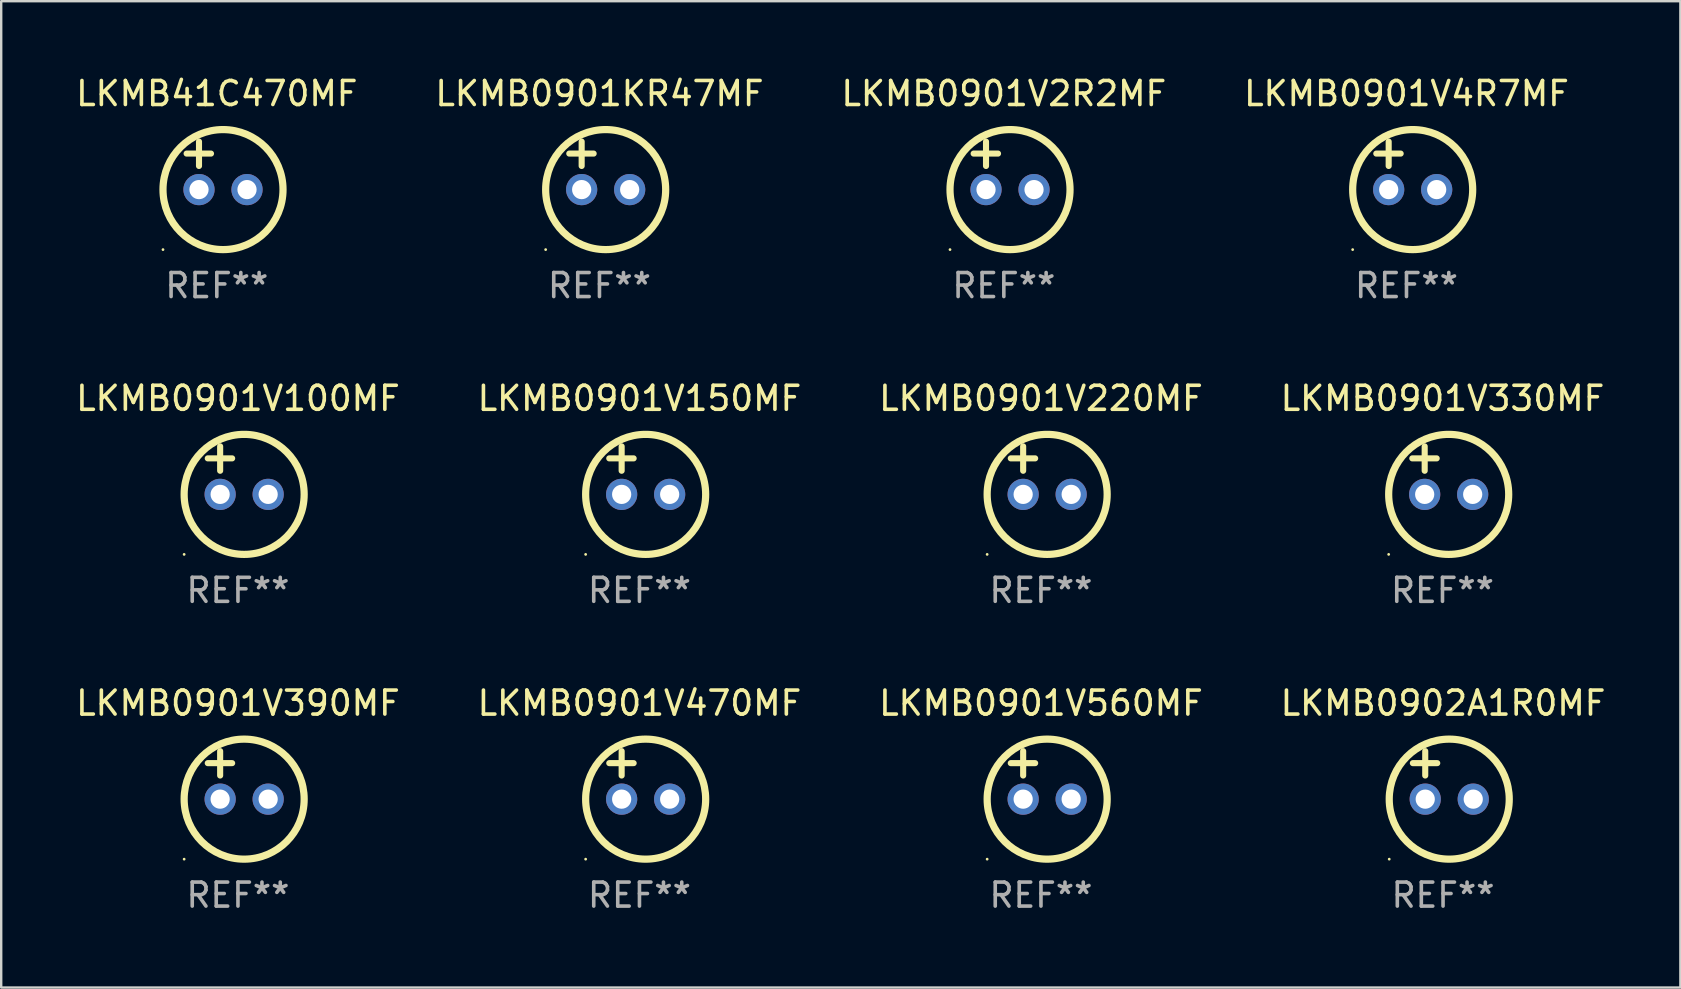
<source format=kicad_pcb>
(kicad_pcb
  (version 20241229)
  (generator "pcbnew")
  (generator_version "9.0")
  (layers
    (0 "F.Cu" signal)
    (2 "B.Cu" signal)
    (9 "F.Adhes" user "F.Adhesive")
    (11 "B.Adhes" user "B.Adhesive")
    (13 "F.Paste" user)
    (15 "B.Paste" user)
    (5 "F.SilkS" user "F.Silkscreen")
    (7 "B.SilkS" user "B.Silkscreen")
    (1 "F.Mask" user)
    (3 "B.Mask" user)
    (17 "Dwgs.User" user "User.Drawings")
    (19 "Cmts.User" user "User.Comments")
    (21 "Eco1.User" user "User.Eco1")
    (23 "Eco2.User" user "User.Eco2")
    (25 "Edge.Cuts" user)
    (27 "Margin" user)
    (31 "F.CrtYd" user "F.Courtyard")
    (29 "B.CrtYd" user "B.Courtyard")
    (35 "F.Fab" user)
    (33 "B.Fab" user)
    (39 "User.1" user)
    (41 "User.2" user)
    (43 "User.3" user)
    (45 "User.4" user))
  (footprint "LKMB0901V4R7MF"
    (layer "F.Cu")
    (at 55.542 3.848)
    (property "Reference" "LKMB0901V4R7MF" (at 0 -3 0) (layer "F.SilkS") (effects (font (size 1 1) (thickness 0.15))))
    (attr through_hole)
    (fp_line (start -1.258 -0.5) (end -0.242 -0.5) (stroke (width 0.254) (type solid)) (layer "F.SilkS"))
    (fp_line (start -0.742 -1) (end -0.742 0.016) (stroke (width 0.254) (type solid)) (layer "F.SilkS"))
    (fp_circle (center -2.242 3.5) (end -2.212 3.5) (stroke (width 0.06) (type solid)) (fill no) (layer "F.SilkS"))
    (fp_circle (center 0.258 1) (end 2.758 1) (stroke (width 0.3) (type solid)) (fill no) (layer "F.SilkS"))
    (fp_text user "REF**" (at 0 5 0) (layer "F.Fab") (effects (font (size 1 1) (thickness 0.15))))
    (pad "1" thru_hole circle (at -0.742 1) (size 1.3 1.3) (drill 0.8) (layers "*.Cu" "*.Mask"))
    (pad "2" thru_hole circle (at 1.258 1) (size 1.3 1.3) (drill 0.8) (layers "*.Cu" "*.Mask")))
  (footprint "LKMB0901V390MF"
    (layer "F.Cu")
    (at 6.863 29.241)
    (property "Reference" "LKMB0901V390MF" (at 0 -3 0) (layer "F.SilkS") (effects (font (size 1 1) (thickness 0.15))))
    (attr through_hole)
    (fp_line (start -1.258 -0.5) (end -0.242 -0.5) (stroke (width 0.254) (type solid)) (layer "F.SilkS"))
    (fp_line (start -0.742 -1) (end -0.742 0.016) (stroke (width 0.254) (type solid)) (layer "F.SilkS"))
    (fp_circle (center -2.242 3.5) (end -2.212 3.5) (stroke (width 0.06) (type solid)) (fill no) (layer "F.SilkS"))
    (fp_circle (center 0.258 1) (end 2.758 1) (stroke (width 0.3) (type solid)) (fill no) (layer "F.SilkS"))
    (fp_text user "REF**" (at 0 5 0) (layer "F.Fab") (effects (font (size 1 1) (thickness 0.15))))
    (pad "1" thru_hole circle (at -0.742 1) (size 1.3 1.3) (drill 0.8) (layers "*.Cu" "*.Mask"))
    (pad "2" thru_hole circle (at 1.258 1) (size 1.3 1.3) (drill 0.8) (layers "*.Cu" "*.Mask")))
  (footprint "LKMB0901V100MF"
    (layer "F.Cu")
    (at 6.863 16.545)
    (property "Reference" "LKMB0901V100MF" (at 0 -3 0) (layer "F.SilkS") (effects (font (size 1 1) (thickness 0.15))))
    (attr through_hole)
    (fp_line (start -1.258 -0.5) (end -0.242 -0.5) (stroke (width 0.254) (type solid)) (layer "F.SilkS"))
    (fp_line (start -0.742 -1) (end -0.742 0.016) (stroke (width 0.254) (type solid)) (layer "F.SilkS"))
    (fp_circle (center -2.242 3.5) (end -2.212 3.5) (stroke (width 0.06) (type solid)) (fill no) (layer "F.SilkS"))
    (fp_circle (center 0.258 1) (end 2.758 1) (stroke (width 0.3) (type solid)) (fill no) (layer "F.SilkS"))
    (fp_text user "REF**" (at 0 5 0) (layer "F.Fab") (effects (font (size 1 1) (thickness 0.15))))
    (pad "1" thru_hole circle (at -0.742 1) (size 1.3 1.3) (drill 0.8) (layers "*.Cu" "*.Mask"))
    (pad "2" thru_hole circle (at 1.258 1) (size 1.3 1.3) (drill 0.8) (layers "*.Cu" "*.Mask")))
  (footprint "LKMB0901V470MF"
    (layer "F.Cu")
    (at 23.589 29.241)
    (property "Reference" "LKMB0901V470MF" (at 0 -3 0) (layer "F.SilkS") (effects (font (size 1 1) (thickness 0.15))))
    (attr through_hole)
    (fp_line (start -1.258 -0.5) (end -0.242 -0.5) (stroke (width 0.254) (type solid)) (layer "F.SilkS"))
    (fp_line (start -0.742 -1) (end -0.742 0.016) (stroke (width 0.254) (type solid)) (layer "F.SilkS"))
    (fp_circle (center -2.242 3.5) (end -2.212 3.5) (stroke (width 0.06) (type solid)) (fill no) (layer "F.SilkS"))
    (fp_circle (center 0.258 1) (end 2.758 1) (stroke (width 0.3) (type solid)) (fill no) (layer "F.SilkS"))
    (fp_text user "REF**" (at 0 5 0) (layer "F.Fab") (effects (font (size 1 1) (thickness 0.15))))
    (pad "1" thru_hole circle (at -0.742 1) (size 1.3 1.3) (drill 0.8) (layers "*.Cu" "*.Mask"))
    (pad "2" thru_hole circle (at 1.258 1) (size 1.3 1.3) (drill 0.8) (layers "*.Cu" "*.Mask")))
  (footprint "LKMB0901KR47MF"
    (layer "F.Cu")
    (at 21.923 3.848)
    (property "Reference" "LKMB0901KR47MF" (at 0 -3 0) (layer "F.SilkS") (effects (font (size 1 1) (thickness 0.15))))
    (attr through_hole)
    (fp_line (start -1.258 -0.5) (end -0.242 -0.5) (stroke (width 0.254) (type solid)) (layer "F.SilkS"))
    (fp_line (start -0.742 -1) (end -0.742 0.016) (stroke (width 0.254) (type solid)) (layer "F.SilkS"))
    (fp_circle (center -2.242 3.5) (end -2.212 3.5) (stroke (width 0.06) (type solid)) (fill no) (layer "F.SilkS"))
    (fp_circle (center 0.258 1) (end 2.758 1) (stroke (width 0.3) (type solid)) (fill no) (layer "F.SilkS"))
    (fp_text user "REF**" (at 0 5 0) (layer "F.Fab") (effects (font (size 1 1) (thickness 0.15))))
    (pad "1" thru_hole circle (at -0.742 1) (size 1.3 1.3) (drill 0.8) (layers "*.Cu" "*.Mask"))
    (pad "2" thru_hole circle (at 1.258 1) (size 1.3 1.3) (drill 0.8) (layers "*.Cu" "*.Mask")))
  (footprint "LKMB0901V330MF"
    (layer "F.Cu")
    (at 57.042 16.545)
    (property "Reference" "LKMB0901V330MF" (at 0 -3 0) (layer "F.SilkS") (effects (font (size 1 1) (thickness 0.15))))
    (attr through_hole)
    (fp_line (start -1.258 -0.5) (end -0.242 -0.5) (stroke (width 0.254) (type solid)) (layer "F.SilkS"))
    (fp_line (start -0.742 -1) (end -0.742 0.016) (stroke (width 0.254) (type solid)) (layer "F.SilkS"))
    (fp_circle (center -2.242 3.5) (end -2.212 3.5) (stroke (width 0.06) (type solid)) (fill no) (layer "F.SilkS"))
    (fp_circle (center 0.258 1) (end 2.758 1) (stroke (width 0.3) (type solid)) (fill no) (layer "F.SilkS"))
    (fp_text user "REF**" (at 0 5 0) (layer "F.Fab") (effects (font (size 1 1) (thickness 0.15))))
    (pad "1" thru_hole circle (at -0.742 1) (size 1.3 1.3) (drill 0.8) (layers "*.Cu" "*.Mask"))
    (pad "2" thru_hole circle (at 1.258 1) (size 1.3 1.3) (drill 0.8) (layers "*.Cu" "*.Mask")))
  (footprint "LKMB0901V220MF"
    (layer "F.Cu")
    (at 40.315 16.545)
    (property "Reference" "LKMB0901V220MF" (at 0 -3 0) (layer "F.SilkS") (effects (font (size 1 1) (thickness 0.15))))
    (attr through_hole)
    (fp_line (start -1.258 -0.5) (end -0.242 -0.5) (stroke (width 0.254) (type solid)) (layer "F.SilkS"))
    (fp_line (start -0.742 -1) (end -0.742 0.016) (stroke (width 0.254) (type solid)) (layer "F.SilkS"))
    (fp_circle (center -2.242 3.5) (end -2.212 3.5) (stroke (width 0.06) (type solid)) (fill no) (layer "F.SilkS"))
    (fp_circle (center 0.258 1) (end 2.758 1) (stroke (width 0.3) (type solid)) (fill no) (layer "F.SilkS"))
    (fp_text user "REF**" (at 0 5 0) (layer "F.Fab") (effects (font (size 1 1) (thickness 0.15))))
    (pad "1" thru_hole circle (at -0.742 1) (size 1.3 1.3) (drill 0.8) (layers "*.Cu" "*.Mask"))
    (pad "2" thru_hole circle (at 1.258 1) (size 1.3 1.3) (drill 0.8) (layers "*.Cu" "*.Mask")))
  (footprint "LKMB0902A1R0MF"
    (layer "F.Cu")
    (at 57.065 29.241)
    (property "Reference" "LKMB0902A1R0MF" (at 0 -3 0) (layer "F.SilkS") (effects (font (size 1 1) (thickness 0.15))))
    (attr through_hole)
    (fp_line (start -1.258 -0.5) (end -0.242 -0.5) (stroke (width 0.254) (type solid)) (layer "F.SilkS"))
    (fp_line (start -0.742 -1) (end -0.742 0.016) (stroke (width 0.254) (type solid)) (layer "F.SilkS"))
    (fp_circle (center -2.242 3.5) (end -2.212 3.5) (stroke (width 0.06) (type solid)) (fill no) (layer "F.SilkS"))
    (fp_circle (center 0.258 1) (end 2.758 1) (stroke (width 0.3) (type solid)) (fill no) (layer "F.SilkS"))
    (fp_text user "REF**" (at 0 5 0) (layer "F.Fab") (effects (font (size 1 1) (thickness 0.15))))
    (pad "1" thru_hole circle (at -0.742 1) (size 1.3 1.3) (drill 0.8) (layers "*.Cu" "*.Mask"))
    (pad "2" thru_hole circle (at 1.258 1) (size 1.3 1.3) (drill 0.8) (layers "*.Cu" "*.Mask")))
  (footprint "LKMB41C470MF"
    (layer "F.Cu")
    (at 5.982 3.848)
    (property "Reference" "LKMB41C470MF" (at 0 -3 0) (layer "F.SilkS") (effects (font (size 1 1) (thickness 0.15))))
    (attr through_hole)
    (fp_line (start -1.258 -0.5) (end -0.242 -0.5) (stroke (width 0.254) (type solid)) (layer "F.SilkS"))
    (fp_line (start -0.742 -1) (end -0.742 0.016) (stroke (width 0.254) (type solid)) (layer "F.SilkS"))
    (fp_circle (center -2.242 3.5) (end -2.212 3.5) (stroke (width 0.06) (type solid)) (fill no) (layer "F.SilkS"))
    (fp_circle (center 0.258 1) (end 2.758 1) (stroke (width 0.3) (type solid)) (fill no) (layer "F.SilkS"))
    (fp_text user "REF**" (at 0 5 0) (layer "F.Fab") (effects (font (size 1 1) (thickness 0.15))))
    (pad "1" thru_hole circle (at -0.742 1) (size 1.3 1.3) (drill 0.8) (layers "*.Cu" "*.Mask"))
    (pad "2" thru_hole circle (at 1.258 1) (size 1.3 1.3) (drill 0.8) (layers "*.Cu" "*.Mask")))
  (footprint "LKMB0901V560MF"
    (layer "F.Cu")
    (at 40.315 29.241)
    (property "Reference" "LKMB0901V560MF" (at 0 -3 0) (layer "F.SilkS") (effects (font (size 1 1) (thickness 0.15))))
    (attr through_hole)
    (fp_line (start -1.258 -0.5) (end -0.242 -0.5) (stroke (width 0.254) (type solid)) (layer "F.SilkS"))
    (fp_line (start -0.742 -1) (end -0.742 0.016) (stroke (width 0.254) (type solid)) (layer "F.SilkS"))
    (fp_circle (center -2.242 3.5) (end -2.212 3.5) (stroke (width 0.06) (type solid)) (fill no) (layer "F.SilkS"))
    (fp_circle (center 0.258 1) (end 2.758 1) (stroke (width 0.3) (type solid)) (fill no) (layer "F.SilkS"))
    (fp_text user "REF**" (at 0 5 0) (layer "F.Fab") (effects (font (size 1 1) (thickness 0.15))))
    (pad "1" thru_hole circle (at -0.742 1) (size 1.3 1.3) (drill 0.8) (layers "*.Cu" "*.Mask"))
    (pad "2" thru_hole circle (at 1.258 1) (size 1.3 1.3) (drill 0.8) (layers "*.Cu" "*.Mask")))
  (footprint "LKMB0901V2R2MF"
    (layer "F.Cu")
    (at 38.768 3.848)
    (property "Reference" "LKMB0901V2R2MF" (at 0 -3 0) (layer "F.SilkS") (effects (font (size 1 1) (thickness 0.15))))
    (attr through_hole)
    (fp_line (start -1.258 -0.5) (end -0.242 -0.5) (stroke (width 0.254) (type solid)) (layer "F.SilkS"))
    (fp_line (start -0.742 -1) (end -0.742 0.016) (stroke (width 0.254) (type solid)) (layer "F.SilkS"))
    (fp_circle (center -2.242 3.5) (end -2.212 3.5) (stroke (width 0.06) (type solid)) (fill no) (layer "F.SilkS"))
    (fp_circle (center 0.258 1) (end 2.758 1) (stroke (width 0.3) (type solid)) (fill no) (layer "F.SilkS"))
    (fp_text user "REF**" (at 0 5 0) (layer "F.Fab") (effects (font (size 1 1) (thickness 0.15))))
    (pad "1" thru_hole circle (at -0.742 1) (size 1.3 1.3) (drill 0.8) (layers "*.Cu" "*.Mask"))
    (pad "2" thru_hole circle (at 1.258 1) (size 1.3 1.3) (drill 0.8) (layers "*.Cu" "*.Mask")))
  (footprint "LKMB0901V150MF"
    (layer "F.Cu")
    (at 23.589 16.545)
    (property "Reference" "LKMB0901V150MF" (at 0 -3 0) (layer "F.SilkS") (effects (font (size 1 1) (thickness 0.15))))
    (attr through_hole)
    (fp_line (start -1.258 -0.5) (end -0.242 -0.5) (stroke (width 0.254) (type solid)) (layer "F.SilkS"))
    (fp_line (start -0.742 -1) (end -0.742 0.016) (stroke (width 0.254) (type solid)) (layer "F.SilkS"))
    (fp_circle (center -2.242 3.5) (end -2.212 3.5) (stroke (width 0.06) (type solid)) (fill no) (layer "F.SilkS"))
    (fp_circle (center 0.258 1) (end 2.758 1) (stroke (width 0.3) (type solid)) (fill no) (layer "F.SilkS"))
    (fp_text user "REF**" (at 0 5 0) (layer "F.Fab") (effects (font (size 1 1) (thickness 0.15))))
    (pad "1" thru_hole circle (at -0.742 1) (size 1.3 1.3) (drill 0.8) (layers "*.Cu" "*.Mask"))
    (pad "2" thru_hole circle (at 1.258 1) (size 1.3 1.3) (drill 0.8) (layers "*.Cu" "*.Mask")))
  (gr_rect
    (start -3 -3)
    (end 66.952 38.09)
    (stroke (width 0.1) (type default))
    (fill no)
    (layer "Edge.Cuts")))
</source>
